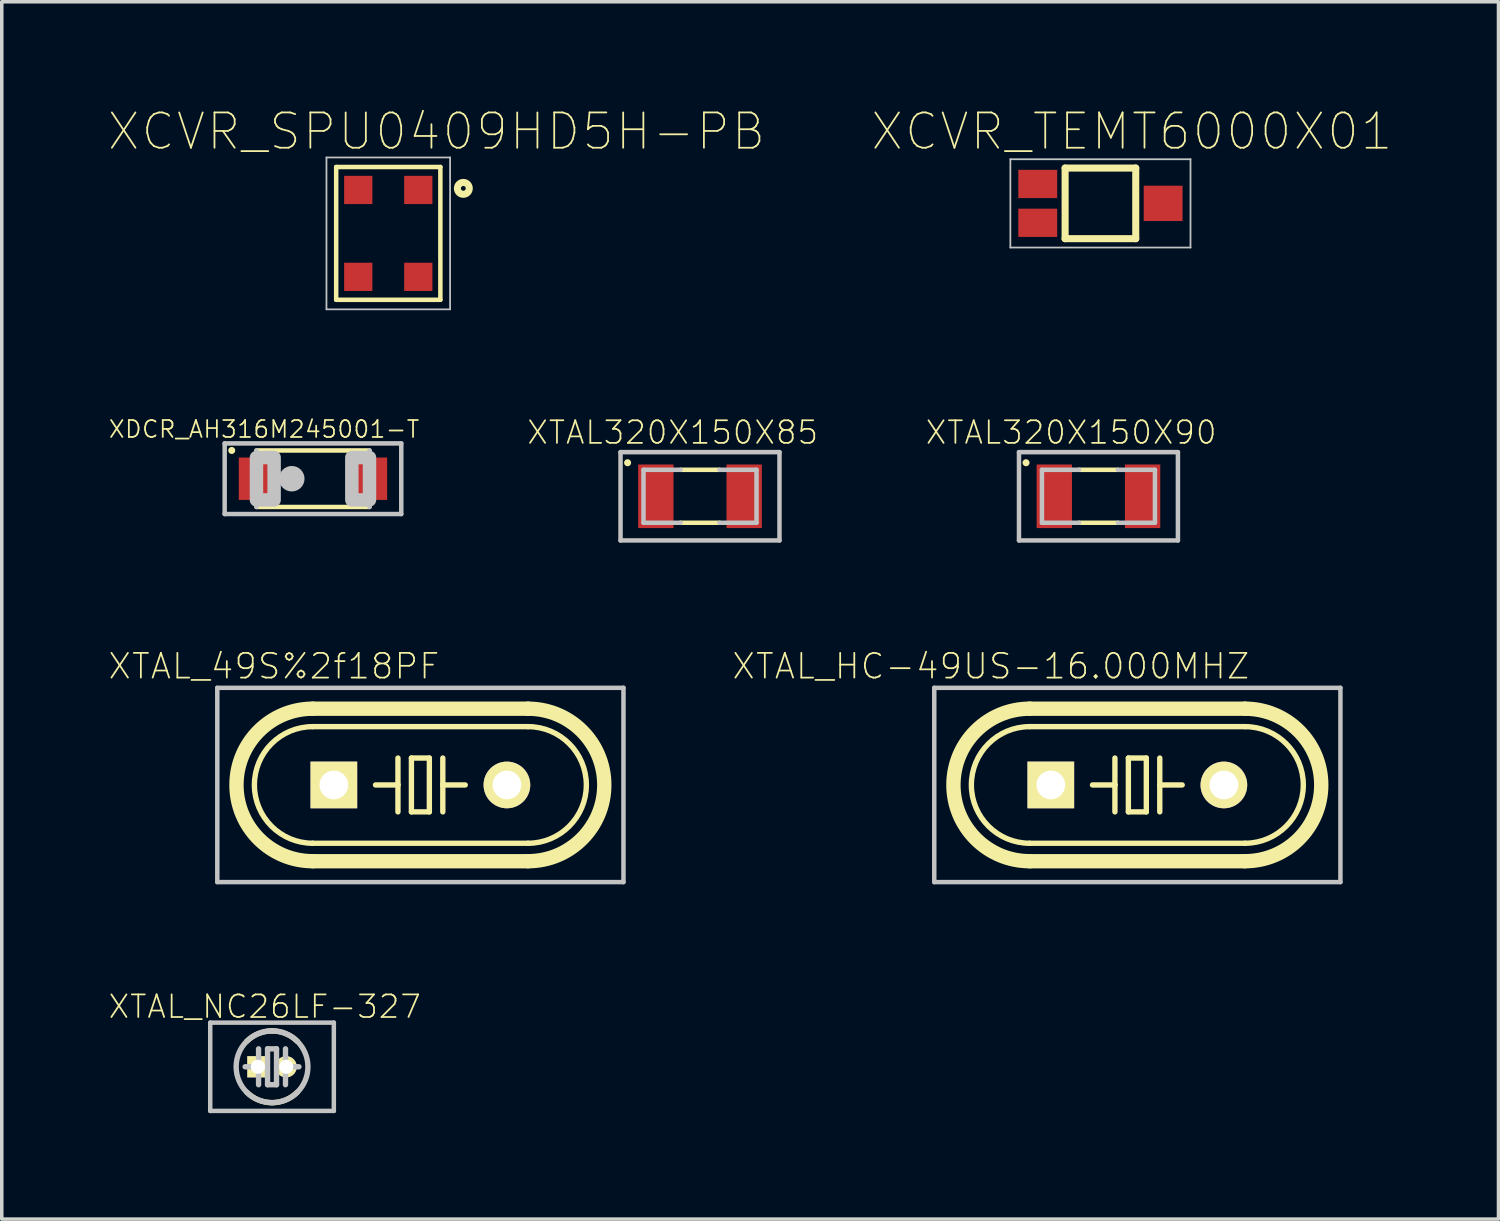
<source format=kicad_pcb>
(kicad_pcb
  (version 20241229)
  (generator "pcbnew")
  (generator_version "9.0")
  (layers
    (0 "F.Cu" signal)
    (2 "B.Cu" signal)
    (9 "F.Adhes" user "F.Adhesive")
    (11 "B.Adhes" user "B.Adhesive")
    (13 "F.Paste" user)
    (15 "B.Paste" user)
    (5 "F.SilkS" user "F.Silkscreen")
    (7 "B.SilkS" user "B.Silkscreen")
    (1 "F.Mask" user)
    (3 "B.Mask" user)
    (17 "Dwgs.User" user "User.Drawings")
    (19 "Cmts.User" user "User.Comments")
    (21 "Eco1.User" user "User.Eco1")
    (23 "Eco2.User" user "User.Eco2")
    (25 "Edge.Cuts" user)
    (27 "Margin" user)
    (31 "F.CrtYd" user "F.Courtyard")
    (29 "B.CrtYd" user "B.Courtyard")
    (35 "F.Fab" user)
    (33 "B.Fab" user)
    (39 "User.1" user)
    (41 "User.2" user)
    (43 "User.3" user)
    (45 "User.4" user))
  (footprint "XTAL320X150X85"
    (layer "F.Cu")
    (at 16.769 11.001)
    (property "Reference" "XTAL320X150X85" (at -0.774 -1.806 0) (layer "F.SilkS") (effects (font (size 0.64 0.64) (thickness 0.05))))
    (attr smd)
    (fp_line (start -0.55 -0.75) (end 0.55 -0.75) (stroke (width 0.127) (type solid)) (layer "F.SilkS"))
    (fp_line (start 0.55 0.75) (end -0.55 0.75) (stroke (width 0.127) (type solid)) (layer "F.SilkS"))
    (fp_circle (center -2.05 -0.95) (end -1.95 -0.95) (stroke (width 0) (type solid)) (fill yes) (layer "F.SilkS"))
    (fp_line (start -2.25 -1.25) (end -2.25 1.25) (stroke (width 0.127) (type solid)) (layer "Dwgs.User"))
    (fp_line (start -2.25 1.25) (end 2.25 1.25) (stroke (width 0.127) (type solid)) (layer "Dwgs.User"))
    (fp_line (start -1.6 -0.75) (end -0.55 -0.75) (stroke (width 0.127) (type solid)) (layer "Dwgs.User"))
    (fp_line (start -1.6 0.75) (end -1.6 -0.75) (stroke (width 0.127) (type solid)) (layer "Dwgs.User"))
    (fp_line (start -0.55 0.75) (end -1.6 0.75) (stroke (width 0.127) (type solid)) (layer "Dwgs.User"))
    (fp_line (start 0.55 -0.75) (end 1.6 -0.75) (stroke (width 0.127) (type solid)) (layer "Dwgs.User"))
    (fp_line (start 1.6 -0.75) (end 1.6 0.75) (stroke (width 0.127) (type solid)) (layer "Dwgs.User"))
    (fp_line (start 1.6 0.75) (end 0.55 0.75) (stroke (width 0.127) (type solid)) (layer "Dwgs.User"))
    (fp_line (start 2.25 -1.25) (end -2.25 -1.25) (stroke (width 0.127) (type solid)) (layer "Dwgs.User"))
    (fp_line (start 2.25 1.25) (end 2.25 -1.25) (stroke (width 0.127) (type solid)) (layer "Dwgs.User"))
    (pad "1" smd rect (at -1.25 0) (size 1 1.8) (layers "F.Cu" "F.Mask" "F.Paste"))
    (pad "2" smd rect (at 1.25 0) (size 1 1.8) (layers "F.Cu" "F.Mask" "F.Paste")))
  (footprint "XTAL_49S%2f18PF"
    (layer "F.Cu")
    (at 8.852 19.174)
    (property "Reference" "XTAL_49S%2f18PF" (at -4.147 -3.361 0) (layer "F.SilkS") (effects (font (size 0.7 0.7) (thickness 0.05))))
    (attr through_hole)
    (fp_line (start -3.048 -2.159) (end 3.048 -2.159) (stroke (width 0.406) (type solid)) (layer "F.SilkS"))
    (fp_line (start -3.048 1.651) (end 3.048 1.651) (stroke (width 0.152) (type solid)) (layer "F.SilkS"))
    (fp_line (start -3.048 2.159) (end 3.048 2.159) (stroke (width 0.406) (type solid)) (layer "F.SilkS"))
    (fp_line (start -0.635 -0.762) (end -0.635 0) (stroke (width 0.152) (type solid)) (layer "F.SilkS"))
    (fp_line (start -0.635 0) (end -1.27 0) (stroke (width 0.152) (type solid)) (layer "F.SilkS"))
    (fp_line (start -0.635 0) (end -0.635 0.762) (stroke (width 0.152) (type solid)) (layer "F.SilkS"))
    (fp_line (start -0.254 -0.762) (end 0.254 -0.762) (stroke (width 0.152) (type solid)) (layer "F.SilkS"))
    (fp_line (start -0.254 0.762) (end -0.254 -0.762) (stroke (width 0.152) (type solid)) (layer "F.SilkS"))
    (fp_line (start 0.254 -0.762) (end 0.254 0.762) (stroke (width 0.152) (type solid)) (layer "F.SilkS"))
    (fp_line (start 0.254 0.762) (end -0.254 0.762) (stroke (width 0.152) (type solid)) (layer "F.SilkS"))
    (fp_line (start 0.635 -0.762) (end 0.635 0) (stroke (width 0.152) (type solid)) (layer "F.SilkS"))
    (fp_line (start 0.635 0) (end 0.635 0.762) (stroke (width 0.152) (type solid)) (layer "F.SilkS"))
    (fp_line (start 0.635 0) (end 1.27 0) (stroke (width 0.152) (type solid)) (layer "F.SilkS"))
    (fp_line (start 3.048 -1.651) (end -3.048 -1.651) (stroke (width 0.152) (type solid)) (layer "F.SilkS"))
    (fp_arc (start -3.048 1.651) (mid -4.699 0) (end -3.048 -1.651) (stroke (width 0.1524) (type solid)) (layer "F.SilkS"))
    (fp_arc (start -3.048 2.159) (mid -5.207 0) (end -3.048 -2.159) (stroke (width 0.4064) (type solid)) (layer "F.SilkS"))
    (fp_arc (start 3.048 -2.159) (mid 5.207 0) (end 3.048 2.159) (stroke (width 0.4064) (type solid)) (layer "F.SilkS"))
    (fp_arc (start 3.048 -1.651) (mid 4.699 0) (end 3.048 1.651) (stroke (width 0.1524) (type solid)) (layer "F.SilkS"))
    (fp_line (start -5.75 -2.75) (end 5.75 -2.75) (stroke (width 0.127) (type solid)) (layer "Dwgs.User"))
    (fp_line (start -5.75 2.75) (end -5.75 -2.75) (stroke (width 0.127) (type solid)) (layer "Dwgs.User"))
    (fp_line (start 5.75 -2.75) (end 5.75 2.75) (stroke (width 0.127) (type solid)) (layer "Dwgs.User"))
    (fp_line (start 5.75 2.75) (end -5.75 2.75) (stroke (width 0.127) (type solid)) (layer "Dwgs.User"))
    (pad "1" thru_hole rect (at -2.45 0) (size 1.321 1.321) (drill 0.813) (layers "*.Cu" "*.Mask" "F.SilkS"))
    (pad "2" thru_hole circle (at 2.45 0) (size 1.321 1.321) (drill 0.813) (layers "*.Cu" "*.Mask" "F.SilkS")))
  (footprint "XDCR_AH316M245001-T"
    (layer "F.Cu")
    (at 5.811 10.504)
    (property "Reference" "XDCR_AH316M245001-T" (at -1.384 -1.402 0) (layer "F.SilkS") (effects (font (size 0.48 0.48) (thickness 0.05))))
    (attr smd)
    (fp_line (start -1.6 0.8) (end 1.6 0.8) (stroke (width 0.127) (type solid)) (layer "F.SilkS"))
    (fp_line (start 1.6 -0.8) (end -1.6 -0.8) (stroke (width 0.127) (type solid)) (layer "F.SilkS"))
    (fp_circle (center -2.3 -0.8) (end -2.2 -0.8) (stroke (width 0) (type solid)) (fill yes) (layer "F.SilkS"))
    (fp_line (start -2.5 -1) (end 2.5 -1) (stroke (width 0.127) (type solid)) (layer "Dwgs.User"))
    (fp_line (start -2.5 1) (end -2.5 -1) (stroke (width 0.127) (type solid)) (layer "Dwgs.User"))
    (fp_line (start -1.6 -0.8) (end -1.6 0.8) (stroke (width 0.127) (type solid)) (layer "Dwgs.User"))
    (fp_line (start 1.6 0.8) (end 1.6 -0.8) (stroke (width 0.127) (type solid)) (layer "Dwgs.User"))
    (fp_line (start 2.5 -1) (end 2.5 1) (stroke (width 0.127) (type solid)) (layer "Dwgs.User"))
    (fp_line (start 2.5 1) (end -2.5 1) (stroke (width 0.127) (type solid)) (layer "Dwgs.User"))
    (fp_circle (center -0.6 0) (end -0.239 0) (stroke (width 0) (type solid)) (fill yes) (layer "Dwgs.User"))
    (fp_poly (pts (xy -1.6 -0.6) (xy -1.1 -0.6) (xy -1.1 0.6) (xy -1.6 0.6)) (stroke (width 0.381) (type solid)) (fill no) (layer "Dwgs.User"))
    (fp_poly (pts (xy 1.1 -0.6) (xy 1.6 -0.6) (xy 1.6 0.6) (xy 1.1 0.6)) (stroke (width 0.381) (type solid)) (fill no) (layer "Dwgs.User"))
    (pad "1" smd rect (at -1.6 0 90) (size 1.2 1) (layers "F.Cu" "F.Mask" "F.Paste"))
    (pad "2" smd rect (at 1.6 0 90) (size 1.2 1) (layers "F.Cu" "F.Mask" "F.Paste")))
  (footprint "XCVR_SPU0409HD5H-PB"
    (layer "F.Cu")
    (at 7.943 3.558)
    (property "Reference" "XCVR_SPU0409HD5H-PB" (at 1.365 -2.885 0) (layer "F.SilkS") (effects (font (size 1 1) (thickness 0.05))))
    (attr smd)
    (fp_line (start -1.475 -1.88) (end 1.475 -1.88) (stroke (width 0.127) (type solid)) (layer "F.SilkS"))
    (fp_line (start -1.475 1.88) (end -1.475 -1.88) (stroke (width 0.127) (type solid)) (layer "F.SilkS"))
    (fp_line (start 1.475 -1.88) (end 1.475 1.88) (stroke (width 0.127) (type solid)) (layer "F.SilkS"))
    (fp_line (start 1.475 1.88) (end -1.475 1.88) (stroke (width 0.127) (type solid)) (layer "F.SilkS"))
    (fp_circle (center 2.125 -1.275) (end 2.293 -1.275) (stroke (width 0.2) (type solid)) (fill no) (layer "F.SilkS"))
    (fp_line (start -1.75 -2.15) (end 1.75 -2.15) (stroke (width 0.05) (type solid)) (layer "Dwgs.User"))
    (fp_line (start -1.75 2.15) (end -1.75 -2.15) (stroke (width 0.05) (type solid)) (layer "Dwgs.User"))
    (fp_line (start 1.75 -2.15) (end 1.75 2.15) (stroke (width 0.05) (type solid)) (layer "Dwgs.User"))
    (fp_line (start 1.75 2.15) (end -1.75 2.15) (stroke (width 0.05) (type solid)) (layer "Dwgs.User"))
    (pad "1" smd rect (at 0.85 -1.23) (size 0.8 0.8) (layers "F.Cu" "F.Mask" "F.Paste"))
    (pad "2" smd rect (at 0.85 1.23) (size 0.8 0.8) (layers "F.Cu" "F.Mask" "F.Paste"))
    (pad "3" smd rect (at -0.85 1.23) (size 0.8 0.8) (layers "F.Cu" "F.Mask" "F.Paste"))
    (pad "4" smd rect (at -0.85 -1.23) (size 0.8 0.8) (layers "F.Cu" "F.Mask" "F.Paste")))
  (footprint "XTAL_HC-49US-16.000MHZ"
    (layer "F.Cu")
    (at 29.151 19.174)
    (property "Reference" "XTAL_HC-49US-16.000MHZ" (at -4.147 -3.361 0) (layer "F.SilkS") (effects (font (size 0.7 0.7) (thickness 0.05))))
    (attr through_hole)
    (fp_line (start -3.048 -2.159) (end 3.048 -2.159) (stroke (width 0.406) (type solid)) (layer "F.SilkS"))
    (fp_line (start -3.048 1.651) (end 3.048 1.651) (stroke (width 0.152) (type solid)) (layer "F.SilkS"))
    (fp_line (start -3.048 2.159) (end 3.048 2.159) (stroke (width 0.406) (type solid)) (layer "F.SilkS"))
    (fp_line (start -0.635 -0.762) (end -0.635 0) (stroke (width 0.152) (type solid)) (layer "F.SilkS"))
    (fp_line (start -0.635 0) (end -1.27 0) (stroke (width 0.152) (type solid)) (layer "F.SilkS"))
    (fp_line (start -0.635 0) (end -0.635 0.762) (stroke (width 0.152) (type solid)) (layer "F.SilkS"))
    (fp_line (start -0.254 -0.762) (end 0.254 -0.762) (stroke (width 0.152) (type solid)) (layer "F.SilkS"))
    (fp_line (start -0.254 0.762) (end -0.254 -0.762) (stroke (width 0.152) (type solid)) (layer "F.SilkS"))
    (fp_line (start 0.254 -0.762) (end 0.254 0.762) (stroke (width 0.152) (type solid)) (layer "F.SilkS"))
    (fp_line (start 0.254 0.762) (end -0.254 0.762) (stroke (width 0.152) (type solid)) (layer "F.SilkS"))
    (fp_line (start 0.635 -0.762) (end 0.635 0) (stroke (width 0.152) (type solid)) (layer "F.SilkS"))
    (fp_line (start 0.635 0) (end 0.635 0.762) (stroke (width 0.152) (type solid)) (layer "F.SilkS"))
    (fp_line (start 0.635 0) (end 1.27 0) (stroke (width 0.152) (type solid)) (layer "F.SilkS"))
    (fp_line (start 3.048 -1.651) (end -3.048 -1.651) (stroke (width 0.152) (type solid)) (layer "F.SilkS"))
    (fp_arc (start -3.048 1.651) (mid -4.699 0) (end -3.048 -1.651) (stroke (width 0.1524) (type solid)) (layer "F.SilkS"))
    (fp_arc (start -3.048 2.159) (mid -5.207 0) (end -3.048 -2.159) (stroke (width 0.4064) (type solid)) (layer "F.SilkS"))
    (fp_arc (start 3.048 -2.159) (mid 5.207 0) (end 3.048 2.159) (stroke (width 0.4064) (type solid)) (layer "F.SilkS"))
    (fp_arc (start 3.048 -1.651) (mid 4.699 0) (end 3.048 1.651) (stroke (width 0.1524) (type solid)) (layer "F.SilkS"))
    (fp_line (start -5.75 -2.75) (end 5.75 -2.75) (stroke (width 0.127) (type solid)) (layer "Dwgs.User"))
    (fp_line (start -5.75 2.75) (end -5.75 -2.75) (stroke (width 0.127) (type solid)) (layer "Dwgs.User"))
    (fp_line (start 5.75 -2.75) (end 5.75 2.75) (stroke (width 0.127) (type solid)) (layer "Dwgs.User"))
    (fp_line (start 5.75 2.75) (end -5.75 2.75) (stroke (width 0.127) (type solid)) (layer "Dwgs.User"))
    (pad "1" thru_hole rect (at -2.45 0) (size 1.321 1.321) (drill 0.813) (layers "*.Cu" "*.Mask" "F.SilkS"))
    (pad "2" thru_hole circle (at 2.45 0) (size 1.321 1.321) (drill 0.813) (layers "*.Cu" "*.Mask" "F.SilkS")))
  (footprint "XTAL320X150X90"
    (layer "F.Cu")
    (at 28.05 11.001)
    (property "Reference" "XTAL320X150X90" (at -0.774 -1.806 0) (layer "F.SilkS") (effects (font (size 0.64 0.64) (thickness 0.05))))
    (attr smd)
    (fp_line (start -0.55 -0.75) (end 0.55 -0.75) (stroke (width 0.127) (type solid)) (layer "F.SilkS"))
    (fp_line (start 0.55 0.75) (end -0.55 0.75) (stroke (width 0.127) (type solid)) (layer "F.SilkS"))
    (fp_circle (center -2.05 -0.95) (end -1.95 -0.95) (stroke (width 0) (type solid)) (fill yes) (layer "F.SilkS"))
    (fp_line (start -2.25 -1.25) (end -2.25 1.25) (stroke (width 0.127) (type solid)) (layer "Dwgs.User"))
    (fp_line (start -2.25 1.25) (end 2.25 1.25) (stroke (width 0.127) (type solid)) (layer "Dwgs.User"))
    (fp_line (start -1.6 -0.75) (end -0.55 -0.75) (stroke (width 0.127) (type solid)) (layer "Dwgs.User"))
    (fp_line (start -1.6 0.75) (end -1.6 -0.75) (stroke (width 0.127) (type solid)) (layer "Dwgs.User"))
    (fp_line (start -0.55 0.75) (end -1.6 0.75) (stroke (width 0.127) (type solid)) (layer "Dwgs.User"))
    (fp_line (start 0.55 -0.75) (end 1.6 -0.75) (stroke (width 0.127) (type solid)) (layer "Dwgs.User"))
    (fp_line (start 1.6 -0.75) (end 1.6 0.75) (stroke (width 0.127) (type solid)) (layer "Dwgs.User"))
    (fp_line (start 1.6 0.75) (end 0.55 0.75) (stroke (width 0.127) (type solid)) (layer "Dwgs.User"))
    (fp_line (start 2.25 -1.25) (end -2.25 -1.25) (stroke (width 0.127) (type solid)) (layer "Dwgs.User"))
    (fp_line (start 2.25 1.25) (end 2.25 -1.25) (stroke (width 0.127) (type solid)) (layer "Dwgs.User"))
    (pad "1" smd rect (at -1.25 0) (size 1 1.8) (layers "F.Cu" "F.Mask" "F.Paste"))
    (pad "2" smd rect (at 1.25 0) (size 1 1.8) (layers "F.Cu" "F.Mask" "F.Paste")))
  (footprint "XCVR_TEMT6000X01"
    (layer "F.Cu")
    (at 28.106 2.708)
    (property "Reference" "XCVR_TEMT6000X01" (at 0.89 -2.035 0) (layer "F.SilkS") (effects (font (size 1 1) (thickness 0.05))))
    (attr smd)
    (fp_line (start -1 -1) (end 1 -1) (stroke (width 0.2) (type solid)) (layer "F.SilkS"))
    (fp_line (start -1 1) (end -1 -1) (stroke (width 0.2) (type solid)) (layer "F.SilkS"))
    (fp_line (start 1 -1) (end 1 1) (stroke (width 0.2) (type solid)) (layer "F.SilkS"))
    (fp_line (start 1 1) (end -1 1) (stroke (width 0.2) (type solid)) (layer "F.SilkS"))
    (fp_line (start -2.55 -1.25) (end 2.55 -1.25) (stroke (width 0.05) (type solid)) (layer "Dwgs.User"))
    (fp_line (start -2.55 1.25) (end -2.55 -1.25) (stroke (width 0.05) (type solid)) (layer "Dwgs.User"))
    (fp_line (start 2.55 -1.25) (end 2.55 1.25) (stroke (width 0.05) (type solid)) (layer "Dwgs.User"))
    (fp_line (start 2.55 1.25) (end -2.55 1.25) (stroke (width 0.05) (type solid)) (layer "Dwgs.User"))
    (pad "1" smd rect (at -1.775 -0.55) (size 1.1 0.8) (layers "F.Cu" "F.Mask" "F.Paste"))
    (pad "2" smd rect (at -1.775 0.55) (size 1.1 0.8) (layers "F.Cu" "F.Mask" "F.Paste"))
    (pad "3" smd rect (at 1.775 0) (size 1.1 1) (layers "F.Cu" "F.Mask" "F.Paste")))
  (footprint "XTAL_NC26LF-327"
    (layer "F.Cu")
    (at 4.652 27.153)
    (property "Reference" "XTAL_NC26LF-327" (at -0.206 -1.703 0) (layer "F.SilkS") (effects (font (size 0.64 0.64) (thickness 0.05))))
    (attr through_hole)
    (fp_arc (start -0.717154 -0.719644) (mid -0.387984 -0.938985) (end 0 -1.016) (stroke (width 0.1524) (type solid)) (layer "F.SilkS"))
    (fp_arc (start 0 1.016) (mid -0.387984 0.938985) (end -0.717154 0.719644) (stroke (width 0.1524) (type solid)) (layer "F.SilkS"))
    (fp_arc (start 0.001761 -1.015998) (mid 0.389611 -0.938311) (end 0.7184 -0.7184) (stroke (width 0.1524) (type solid)) (layer "F.SilkS"))
    (fp_arc (start 0.7184 0.7184) (mid 0.389611 0.938311) (end 0.001761 1.015998) (stroke (width 0.1524) (type solid)) (layer "F.SilkS"))
    (fp_line (start -1.75 -1.25) (end -1.75 1.25) (stroke (width 0.127) (type solid)) (layer "Dwgs.User"))
    (fp_line (start -1.75 1.25) (end 1.75 1.25) (stroke (width 0.127) (type solid)) (layer "Dwgs.User"))
    (fp_line (start -0.381 0) (end -0.762 0) (stroke (width 0.152) (type solid)) (layer "Dwgs.User"))
    (fp_line (start -0.381 0) (end -0.381 -0.508) (stroke (width 0.152) (type solid)) (layer "Dwgs.User"))
    (fp_line (start -0.381 0.508) (end -0.381 0) (stroke (width 0.152) (type solid)) (layer "Dwgs.User"))
    (fp_line (start -0.127 0.508) (end -0.127 -0.508) (stroke (width 0.152) (type solid)) (layer "Dwgs.User"))
    (fp_line (start -0.127 0.508) (end 0.127 0.508) (stroke (width 0.152) (type solid)) (layer "Dwgs.User"))
    (fp_line (start 0.127 -0.508) (end -0.127 -0.508) (stroke (width 0.152) (type solid)) (layer "Dwgs.User"))
    (fp_line (start 0.127 -0.508) (end 0.127 0.508) (stroke (width 0.152) (type solid)) (layer "Dwgs.User"))
    (fp_line (start 0.381 0) (end 0.381 -0.508) (stroke (width 0.152) (type solid)) (layer "Dwgs.User"))
    (fp_line (start 0.381 0) (end 0.762 0) (stroke (width 0.152) (type solid)) (layer "Dwgs.User"))
    (fp_line (start 0.381 0.508) (end 0.381 0) (stroke (width 0.152) (type solid)) (layer "Dwgs.User"))
    (fp_line (start 1.75 -1.25) (end -1.75 -1.25) (stroke (width 0.127) (type solid)) (layer "Dwgs.User"))
    (fp_line (start 1.75 1.25) (end 1.75 -1.25) (stroke (width 0.127) (type solid)) (layer "Dwgs.User"))
    (fp_circle (center 0 0) (end 1.016 0) (stroke (width 0.152) (type solid)) (fill no) (layer "Dwgs.User"))
    (pad "1" thru_hole rect (at -0.4 0) (size 0.6 0.6) (drill 0.4) (layers "*.Cu" "*.Mask" "F.SilkS"))
    (pad "2" thru_hole circle (at 0.4 0) (size 0.6 0.6) (drill 0.4) (layers "*.Cu" "*.Mask" "F.SilkS")))
  (gr_rect
    (start -3 -3)
    (end 39.376 31.466)
    (stroke (width 0.1) (type default))
    (fill no)
    (layer "Edge.Cuts")))
</source>
